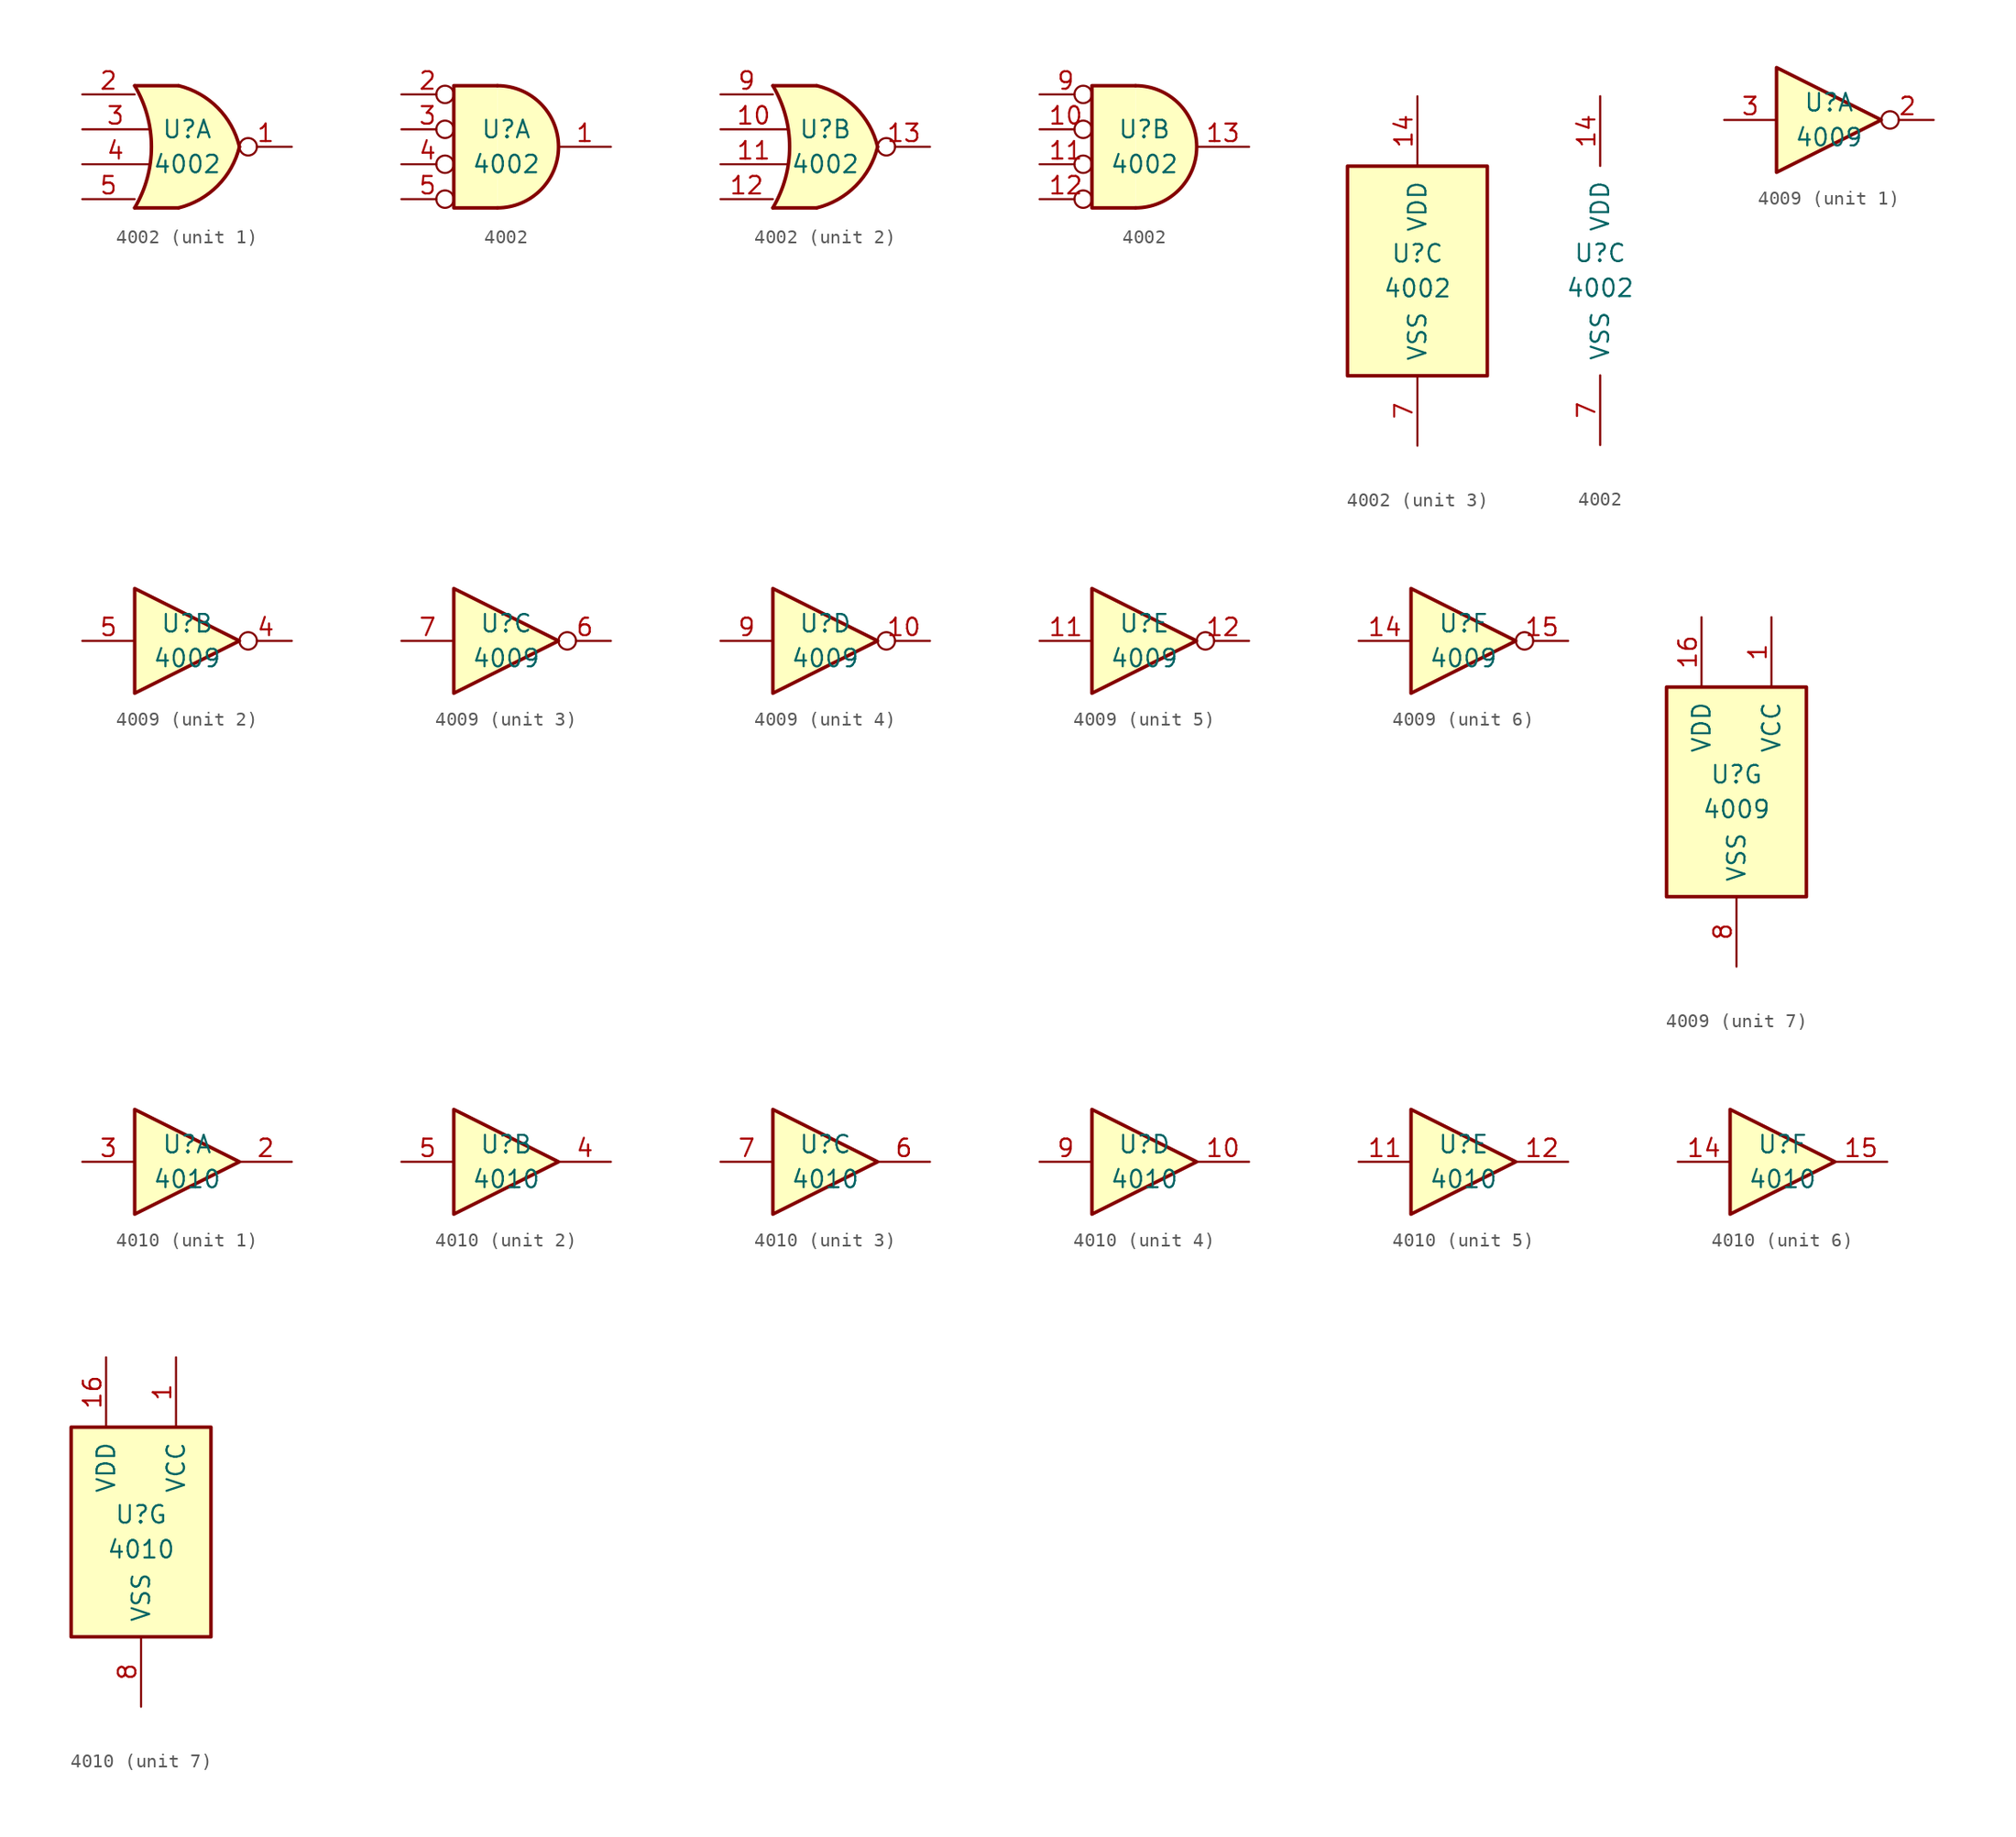
<source format=kicad_sym>
(kicad_symbol_lib
  (version 20200908)
  (generator kicad_symbol_editor)
  (symbol "4xxx:4002"
    (pin_names
      (offset 1.016))
    (property "Reference" "U"
      (at 0 1.27 0)
      (effects (font (size 1.27 1.27))))
    (property "Value" "4002"
      (at 0 -1.27 0)
      (effects (font (size 1.27 1.27))))
    (property "ki_locked" ""
      (at 0 0 0)
      (effects (font (size 1.27 1.27))))
    (symbol "4002_1_1"
      (arc (start -3.81 4.445) (end -3.81 -4.445) (radius (at -11.303 0) (length 8.7122) (angles 30.6 -30.6)) (stroke (width 0.254)) (fill (type none)))
      (arc (start 3.81 0) (end -0.6096 4.445) (radius (at -2.0574 -1.4224) (length 6.0452) (angles 13.7 76.8)) (stroke (width 0.254)) (fill (type background)))
      (arc (start 3.81 0) (end -0.6096 -4.445) (radius (at -2.0574 1.4224) (length 6.0452) (angles -13.7 -76.8)) (stroke (width 0.254)) (fill (type background)))
      (polyline (pts (xy -3.81 -4.445) (xy -0.635 -4.445)) (stroke (width 0.254)) (fill (type background)))
      (polyline (pts (xy -3.81 4.445) (xy -0.635 4.445)) (stroke (width 0.254)) (fill (type background)))
      (polyline (pts (xy -0.635 4.445) (xy -3.81 4.445) (xy -3.81 4.445) (xy -3.632 4.089) (xy -3.099 2.921) (xy -2.769 1.676) (xy -2.616 0.432) (xy -2.642 -0.864) (xy -2.87 -2.108) (xy -3.251 -3.327) (xy -3.81 -4.445) (xy -3.81 -4.445) (xy -0.635 -4.445)) (stroke (width -25.4)) (fill (type background)))
      (pin output inverted (at 7.62 0 180) (length 3.81) (name "~" (effects (font (size 1.27 1.27)))) (number "1" (effects (font (size 1.27 1.27)))))
      (pin input line (at -7.62 3.81 0) (length 3.81) (name "~" (effects (font (size 1.27 1.27)))) (number "2" (effects (font (size 1.27 1.27)))))
      (pin input line (at -7.62 1.27 0) (length 4.826) (name "~" (effects (font (size 1.27 1.27)))) (number "3" (effects (font (size 1.27 1.27)))))
      (pin input line (at -7.62 -1.27 0) (length 4.826) (name "~" (effects (font (size 1.27 1.27)))) (number "4" (effects (font (size 1.27 1.27)))))
      (pin input line (at -7.62 -3.81 0) (length 3.81) (name "~" (effects (font (size 1.27 1.27)))) (number "5" (effects (font (size 1.27 1.27))))))
    (symbol "4002_2_1"
      (arc (start -3.81 4.445) (end -3.81 -4.445) (radius (at -11.303 0) (length 8.7122) (angles 30.6 -30.6)) (stroke (width 0.254)) (fill (type none)))
      (arc (start 3.81 0) (end -0.6096 4.445) (radius (at -2.0574 -1.4224) (length 6.0452) (angles 13.7 76.8)) (stroke (width 0.254)) (fill (type background)))
      (arc (start 3.81 0) (end -0.6096 -4.445) (radius (at -2.0574 1.4224) (length 6.0452) (angles -13.7 -76.8)) (stroke (width 0.254)) (fill (type background)))
      (polyline (pts (xy -3.81 -4.445) (xy -0.635 -4.445)) (stroke (width 0.254)) (fill (type background)))
      (polyline (pts (xy -3.81 4.445) (xy -0.635 4.445)) (stroke (width 0.254)) (fill (type background)))
      (polyline (pts (xy -0.635 4.445) (xy -3.81 4.445) (xy -3.81 4.445) (xy -3.632 4.089) (xy -3.099 2.921) (xy -2.769 1.676) (xy -2.616 0.432) (xy -2.642 -0.864) (xy -2.87 -2.108) (xy -3.251 -3.327) (xy -3.81 -4.445) (xy -3.81 -4.445) (xy -0.635 -4.445)) (stroke (width -25.4)) (fill (type background)))
      (pin input line (at -7.62 1.27 0) (length 4.826) (name "~" (effects (font (size 1.27 1.27)))) (number "10" (effects (font (size 1.27 1.27)))))
      (pin input line (at -7.62 -1.27 0) (length 4.826) (name "~" (effects (font (size 1.27 1.27)))) (number "11" (effects (font (size 1.27 1.27)))))
      (pin input line (at -7.62 -3.81 0) (length 3.81) (name "~" (effects (font (size 1.27 1.27)))) (number "12" (effects (font (size 1.27 1.27)))))
      (pin output inverted (at 7.62 0 180) (length 3.81) (name "~" (effects (font (size 1.27 1.27)))) (number "13" (effects (font (size 1.27 1.27)))))
      (pin input line (at -7.62 3.81 0) (length 3.81) (name "~" (effects (font (size 1.27 1.27)))) (number "9" (effects (font (size 1.27 1.27))))))
    (symbol "4002_1_2"
      (arc (start -0.635 -4.445) (end -0.635 4.445) (radius (at -0.635 0) (length 4.445) (angles -89.9 89.9)) (stroke (width 0.254)) (fill (type background)))
      (polyline (pts (xy -0.635 4.445) (xy -3.81 4.445) (xy -3.81 -4.445) (xy -0.635 -4.445)) (stroke (width 0.254)) (fill (type background)))
      (pin output line (at 7.62 0 180) (length 3.81) (name "~" (effects (font (size 1.27 1.27)))) (number "1" (effects (font (size 1.27 1.27)))))
      (pin input inverted (at -7.62 3.81 0) (length 3.81) (name "~" (effects (font (size 1.27 1.27)))) (number "2" (effects (font (size 1.27 1.27)))))
      (pin input inverted (at -7.62 1.27 0) (length 3.81) (name "~" (effects (font (size 1.27 1.27)))) (number "3" (effects (font (size 1.27 1.27)))))
      (pin input inverted (at -7.62 -1.27 0) (length 3.81) (name "~" (effects (font (size 1.27 1.27)))) (number "4" (effects (font (size 1.27 1.27)))))
      (pin input inverted (at -7.62 -3.81 0) (length 3.81) (name "~" (effects (font (size 1.27 1.27)))) (number "5" (effects (font (size 1.27 1.27))))))
    (symbol "4002_2_2"
      (arc (start -0.635 -4.445) (end -0.635 4.445) (radius (at -0.635 0) (length 4.445) (angles -89.9 89.9)) (stroke (width 0.254)) (fill (type background)))
      (polyline (pts (xy -0.635 4.445) (xy -3.81 4.445) (xy -3.81 -4.445) (xy -0.635 -4.445)) (stroke (width 0.254)) (fill (type background)))
      (pin input inverted (at -7.62 1.27 0) (length 3.81) (name "~" (effects (font (size 1.27 1.27)))) (number "10" (effects (font (size 1.27 1.27)))))
      (pin input inverted (at -7.62 -1.27 0) (length 3.81) (name "~" (effects (font (size 1.27 1.27)))) (number "11" (effects (font (size 1.27 1.27)))))
      (pin input inverted (at -7.62 -3.81 0) (length 3.81) (name "~" (effects (font (size 1.27 1.27)))) (number "12" (effects (font (size 1.27 1.27)))))
      (pin output line (at 7.62 0 180) (length 3.81) (name "~" (effects (font (size 1.27 1.27)))) (number "13" (effects (font (size 1.27 1.27)))))
      (pin input inverted (at -7.62 3.81 0) (length 3.81) (name "~" (effects (font (size 1.27 1.27)))) (number "9" (effects (font (size 1.27 1.27))))))
    (symbol "4002_3_1"
      (rectangle (start -5.08 7.62) (end 5.08 -7.62) (stroke (width 0.254)) (fill (type background))))
    (symbol "4002_3_0"
      (pin power_in line (at 0 12.7 270) (length 5.08) (name "VDD" (effects (font (size 1.27 1.27)))) (number "14" (effects (font (size 1.27 1.27)))))
      (pin power_in line (at 0 -12.7 90) (length 5.08) (name "VSS" (effects (font (size 1.27 1.27)))) (number "7" (effects (font (size 1.27 1.27)))))))
  (symbol "4xxx:4009"
    (pin_names
      (offset 1.016))
    (property "Reference" "U"
      (at 0 1.27 0)
      (effects (font (size 1.27 1.27))))
    (property "Value" "4009"
      (at 0 -1.27 0)
      (effects (font (size 1.27 1.27))))
    (property "ki_locked" ""
      (at 0 0 0)
      (effects (font (size 1.27 1.27))))
    (symbol "4009_7_1"
      (rectangle (start -5.08 7.62) (end 5.08 -7.62) (stroke (width 0.254)) (fill (type background))))
    (symbol "4009_1_0"
      (polyline (pts (xy -3.81 3.81) (xy -3.81 -3.81) (xy 3.81 0) (xy -3.81 3.81)) (stroke (width 0.254)) (fill (type background)))
      (pin output inverted (at 7.62 0 180) (length 3.81) (name "~" (effects (font (size 1.27 1.27)))) (number "2" (effects (font (size 1.27 1.27)))))
      (pin input line (at -7.62 0 0) (length 3.81) (name "~" (effects (font (size 1.27 1.27)))) (number "3" (effects (font (size 1.27 1.27))))))
    (symbol "4009_2_0"
      (polyline (pts (xy -3.81 3.81) (xy -3.81 -3.81) (xy 3.81 0) (xy -3.81 3.81)) (stroke (width 0.254)) (fill (type background)))
      (pin output inverted (at 7.62 0 180) (length 3.81) (name "~" (effects (font (size 1.27 1.27)))) (number "4" (effects (font (size 1.27 1.27)))))
      (pin input line (at -7.62 0 0) (length 3.81) (name "~" (effects (font (size 1.27 1.27)))) (number "5" (effects (font (size 1.27 1.27))))))
    (symbol "4009_3_0"
      (polyline (pts (xy -3.81 3.81) (xy -3.81 -3.81) (xy 3.81 0) (xy -3.81 3.81)) (stroke (width 0.254)) (fill (type background)))
      (pin output inverted (at 7.62 0 180) (length 3.81) (name "~" (effects (font (size 1.27 1.27)))) (number "6" (effects (font (size 1.27 1.27)))))
      (pin input line (at -7.62 0 0) (length 3.81) (name "~" (effects (font (size 1.27 1.27)))) (number "7" (effects (font (size 1.27 1.27))))))
    (symbol "4009_4_0"
      (polyline (pts (xy -3.81 3.81) (xy -3.81 -3.81) (xy 3.81 0) (xy -3.81 3.81)) (stroke (width 0.254)) (fill (type background)))
      (pin output inverted (at 7.62 0 180) (length 3.81) (name "~" (effects (font (size 1.27 1.27)))) (number "10" (effects (font (size 1.27 1.27)))))
      (pin input line (at -7.62 0 0) (length 3.81) (name "~" (effects (font (size 1.27 1.27)))) (number "9" (effects (font (size 1.27 1.27))))))
    (symbol "4009_5_0"
      (polyline (pts (xy -3.81 3.81) (xy -3.81 -3.81) (xy 3.81 0) (xy -3.81 3.81)) (stroke (width 0.254)) (fill (type background)))
      (pin input line (at -7.62 0 0) (length 3.81) (name "~" (effects (font (size 1.27 1.27)))) (number "11" (effects (font (size 1.27 1.27)))))
      (pin output inverted (at 7.62 0 180) (length 3.81) (name "~" (effects (font (size 1.27 1.27)))) (number "12" (effects (font (size 1.27 1.27))))))
    (symbol "4009_6_0"
      (polyline (pts (xy -3.81 3.81) (xy -3.81 -3.81) (xy 3.81 0) (xy -3.81 3.81)) (stroke (width 0.254)) (fill (type background)))
      (pin input line (at -7.62 0 0) (length 3.81) (name "~" (effects (font (size 1.27 1.27)))) (number "14" (effects (font (size 1.27 1.27)))))
      (pin output inverted (at 7.62 0 180) (length 3.81) (name "~" (effects (font (size 1.27 1.27)))) (number "15" (effects (font (size 1.27 1.27))))))
    (symbol "4009_7_0"
      (pin power_in line (at -2.54 12.7 270) (length 5.08) (name "VDD" (effects (font (size 1.27 1.27)))) (number "16" (effects (font (size 1.27 1.27)))))
      (pin power_in line (at 2.54 12.7 270) (length 5.08) (name "VCC" (effects (font (size 1.27 1.27)))) (number "1" (effects (font (size 1.27 1.27)))))
      (pin power_in line (at 0 -12.7 90) (length 5.08) (name "VSS" (effects (font (size 1.27 1.27)))) (number "8" (effects (font (size 1.27 1.27)))))))
  (symbol "4xxx:4010"
    (pin_names
      (offset 1.016))
    (property "Reference" "U"
      (at 0 1.27 0)
      (effects (font (size 1.27 1.27))))
    (property "Value" "4010"
      (at 0 -1.27 0)
      (effects (font (size 1.27 1.27))))
    (property "ki_locked" ""
      (at 0 0 0)
      (effects (font (size 1.27 1.27))))
    (symbol "4010_7_1"
      (rectangle (start -5.08 7.62) (end 5.08 -7.62) (stroke (width 0.254)) (fill (type background))))
    (symbol "4010_1_0"
      (polyline (pts (xy -3.81 3.81) (xy -3.81 -3.81) (xy 3.81 0) (xy -3.81 3.81)) (stroke (width 0.254)) (fill (type background)))
      (pin output line (at 7.62 0 180) (length 3.81) (name "~" (effects (font (size 1.27 1.27)))) (number "2" (effects (font (size 1.27 1.27)))))
      (pin input line (at -7.62 0 0) (length 3.81) (name "~" (effects (font (size 1.27 1.27)))) (number "3" (effects (font (size 1.27 1.27))))))
    (symbol "4010_2_0"
      (polyline (pts (xy -3.81 3.81) (xy -3.81 -3.81) (xy 3.81 0) (xy -3.81 3.81)) (stroke (width 0.254)) (fill (type background)))
      (pin output line (at 7.62 0 180) (length 3.81) (name "~" (effects (font (size 1.27 1.27)))) (number "4" (effects (font (size 1.27 1.27)))))
      (pin input line (at -7.62 0 0) (length 3.81) (name "~" (effects (font (size 1.27 1.27)))) (number "5" (effects (font (size 1.27 1.27))))))
    (symbol "4010_3_0"
      (polyline (pts (xy -3.81 3.81) (xy -3.81 -3.81) (xy 3.81 0) (xy -3.81 3.81)) (stroke (width 0.254)) (fill (type background)))
      (pin output line (at 7.62 0 180) (length 3.81) (name "~" (effects (font (size 1.27 1.27)))) (number "6" (effects (font (size 1.27 1.27)))))
      (pin input line (at -7.62 0 0) (length 3.81) (name "~" (effects (font (size 1.27 1.27)))) (number "7" (effects (font (size 1.27 1.27))))))
    (symbol "4010_4_0"
      (polyline (pts (xy -3.81 3.81) (xy -3.81 -3.81) (xy 3.81 0) (xy -3.81 3.81)) (stroke (width 0.254)) (fill (type background)))
      (pin output line (at 7.62 0 180) (length 3.81) (name "~" (effects (font (size 1.27 1.27)))) (number "10" (effects (font (size 1.27 1.27)))))
      (pin input line (at -7.62 0 0) (length 3.81) (name "~" (effects (font (size 1.27 1.27)))) (number "9" (effects (font (size 1.27 1.27))))))
    (symbol "4010_5_0"
      (polyline (pts (xy -3.81 3.81) (xy -3.81 -3.81) (xy 3.81 0) (xy -3.81 3.81)) (stroke (width 0.254)) (fill (type background)))
      (pin input line (at -7.62 0 0) (length 3.81) (name "~" (effects (font (size 1.27 1.27)))) (number "11" (effects (font (size 1.27 1.27)))))
      (pin output line (at 7.62 0 180) (length 3.81) (name "~" (effects (font (size 1.27 1.27)))) (number "12" (effects (font (size 1.27 1.27))))))
    (symbol "4010_6_0"
      (polyline (pts (xy -3.81 3.81) (xy -3.81 -3.81) (xy 3.81 0) (xy -3.81 3.81)) (stroke (width 0.254)) (fill (type background)))
      (pin input line (at -7.62 0 0) (length 3.81) (name "~" (effects (font (size 1.27 1.27)))) (number "14" (effects (font (size 1.27 1.27)))))
      (pin output line (at 7.62 0 180) (length 3.81) (name "~" (effects (font (size 1.27 1.27)))) (number "15" (effects (font (size 1.27 1.27))))))
    (symbol "4010_7_0"
      (pin power_in line (at -2.54 12.7 270) (length 5.08) (name "VDD" (effects (font (size 1.27 1.27)))) (number "16" (effects (font (size 1.27 1.27)))))
      (pin power_in line (at 2.54 12.7 270) (length 5.08) (name "VCC" (effects (font (size 1.27 1.27)))) (number "1" (effects (font (size 1.27 1.27)))))
      (pin power_in line (at 0 -12.7 90) (length 5.08) (name "VSS" (effects (font (size 1.27 1.27)))) (number "8" (effects (font (size 1.27 1.27))))))))
</source>
